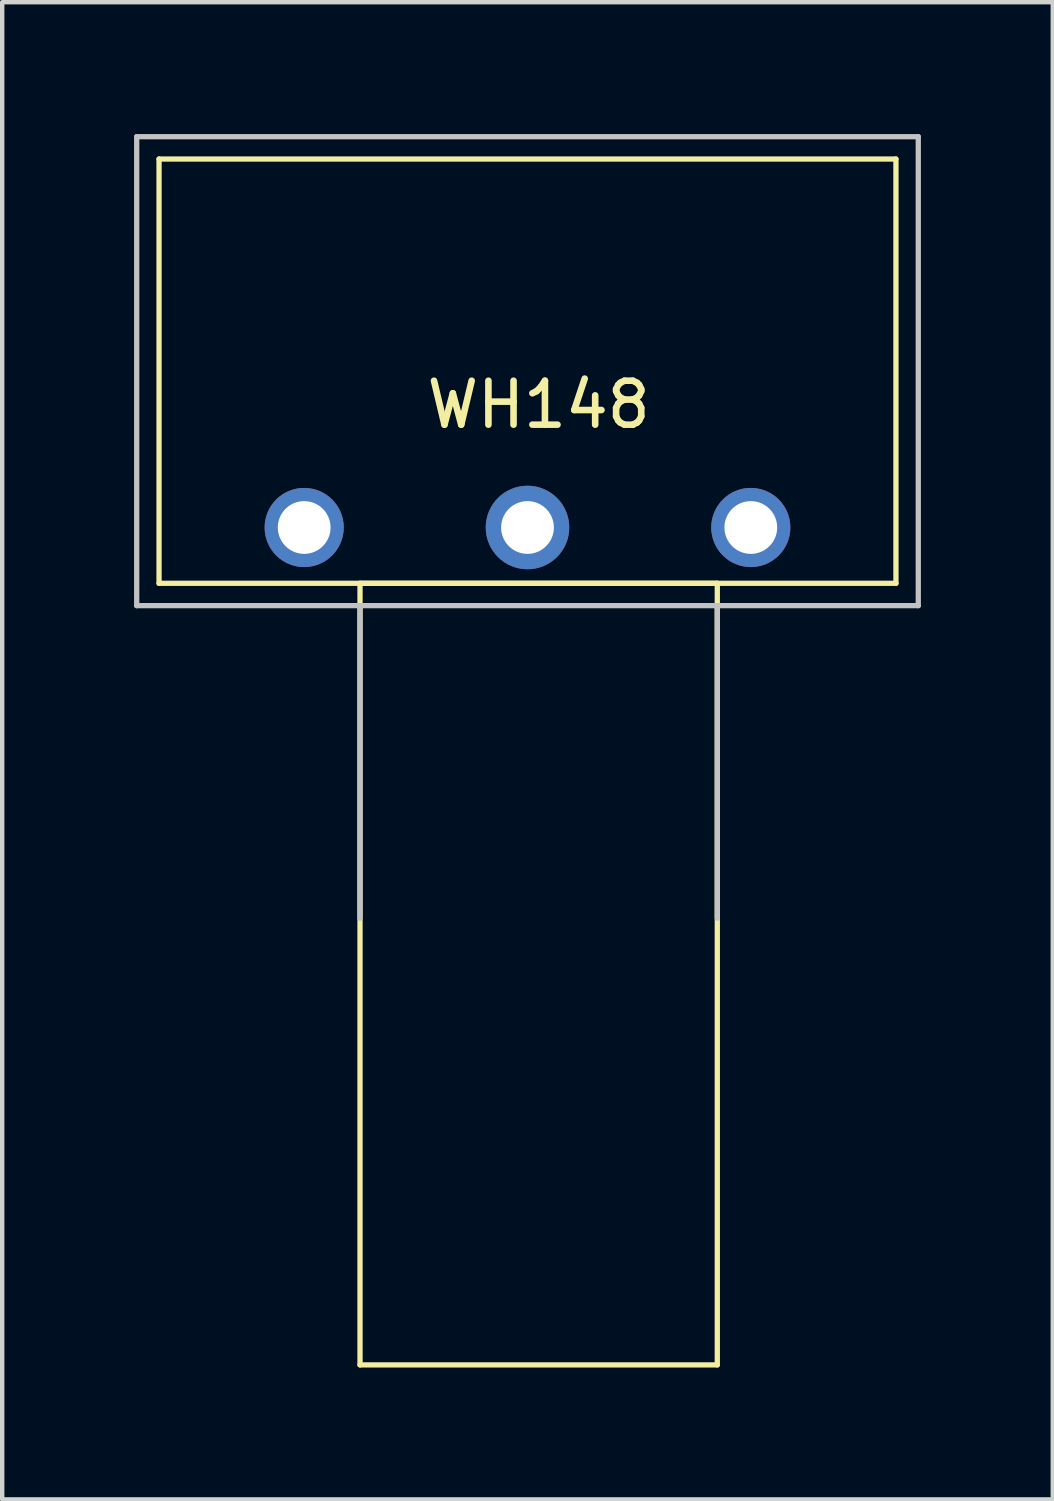
<source format=kicad_pcb>
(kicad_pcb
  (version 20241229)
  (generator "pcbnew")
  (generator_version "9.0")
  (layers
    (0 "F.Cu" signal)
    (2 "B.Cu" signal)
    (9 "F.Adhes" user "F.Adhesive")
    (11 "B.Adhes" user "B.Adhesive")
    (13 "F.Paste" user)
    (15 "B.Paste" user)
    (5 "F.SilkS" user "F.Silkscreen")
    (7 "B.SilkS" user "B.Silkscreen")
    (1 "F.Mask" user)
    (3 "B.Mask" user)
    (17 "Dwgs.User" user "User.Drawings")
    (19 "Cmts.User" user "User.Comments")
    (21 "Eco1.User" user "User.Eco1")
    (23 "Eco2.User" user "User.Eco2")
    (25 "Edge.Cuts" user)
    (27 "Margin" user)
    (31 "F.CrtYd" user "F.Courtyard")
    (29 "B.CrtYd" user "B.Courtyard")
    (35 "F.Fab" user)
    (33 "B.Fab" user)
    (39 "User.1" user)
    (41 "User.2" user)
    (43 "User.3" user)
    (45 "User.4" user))
  (footprint "WH148"
    (layer "F.Cu")
    (at 9.204 5.648)
    (property "Reference" "WH148" (at 0 0.508 0) (layer "F.SilkS") (effects (font (size 1 1) (thickness 0.15))))
    (attr through_hole)
    (fp_line (start -8.636 -5.08) (end 8.128 -5.08) (stroke (width 0.12) (type solid)) (layer "F.SilkS"))
    (fp_line (start -8.636 4.572) (end -8.636 -5.08) (stroke (width 0.12) (type solid)) (layer "F.SilkS"))
    (fp_line (start -4.064 4.572) (end -4.064 5.08) (stroke (width 0.12) (type solid)) (layer "F.SilkS"))
    (fp_line (start -4.064 5.08) (end -4.064 22.352) (stroke (width 0.12) (type solid)) (layer "F.SilkS"))
    (fp_line (start -4.064 22.352) (end 4.064 22.352) (stroke (width 0.12) (type solid)) (layer "F.SilkS"))
    (fp_line (start 4.064 4.572) (end -4.064 4.572) (stroke (width 0.12) (type solid)) (layer "F.SilkS"))
    (fp_line (start 4.064 5.08) (end 4.064 4.572) (stroke (width 0.12) (type solid)) (layer "F.SilkS"))
    (fp_line (start 4.064 22.352) (end 4.064 5.08) (stroke (width 0.12) (type solid)) (layer "F.SilkS"))
    (fp_line (start 8.128 -5.08) (end 8.128 4.572) (stroke (width 0.12) (type solid)) (layer "F.SilkS"))
    (fp_line (start 8.128 4.572) (end -8.636 4.572) (stroke (width 0.12) (type solid)) (layer "F.SilkS"))
    (fp_line (start -9.144 -5.588) (end -9.144 5.08) (stroke (width 0.12) (type solid)) (layer "Dwgs.User"))
    (fp_line (start -9.144 5.08) (end 8.636 5.08) (stroke (width 0.12) (type solid)) (layer "Dwgs.User"))
    (fp_line (start -4.064 5.08) (end -4.064 12.192) (stroke (width 0.12) (type solid)) (layer "Dwgs.User"))
    (fp_line (start 4.064 12.192) (end 4.064 5.08) (stroke (width 0.12) (type solid)) (layer "Dwgs.User"))
    (fp_line (start 8.636 -5.588) (end -9.144 -5.588) (stroke (width 0.12) (type solid)) (layer "Dwgs.User"))
    (fp_line (start 8.636 5.08) (end 8.636 -5.588) (stroke (width 0.12) (type solid)) (layer "Dwgs.User"))
    (pad "1" thru_hole circle (at -5.334 3.302) (size 1.8 1.8) (drill 1.2) (layers "*.Cu" "*.Mask"))
    (pad "2" thru_hole circle (at -0.254 3.302) (size 1.9 1.9) (drill 1.2) (layers "*.Cu" "*.Mask"))
    (pad "3" thru_hole circle (at 4.826 3.302) (size 1.8 1.8) (drill 1.2) (layers "*.Cu" "*.Mask")))
  (gr_rect
    (start -3 -3)
    (end 20.9 31.06)
    (stroke (width 0.1) (type default))
    (fill no)
    (layer "Edge.Cuts")))
</source>
